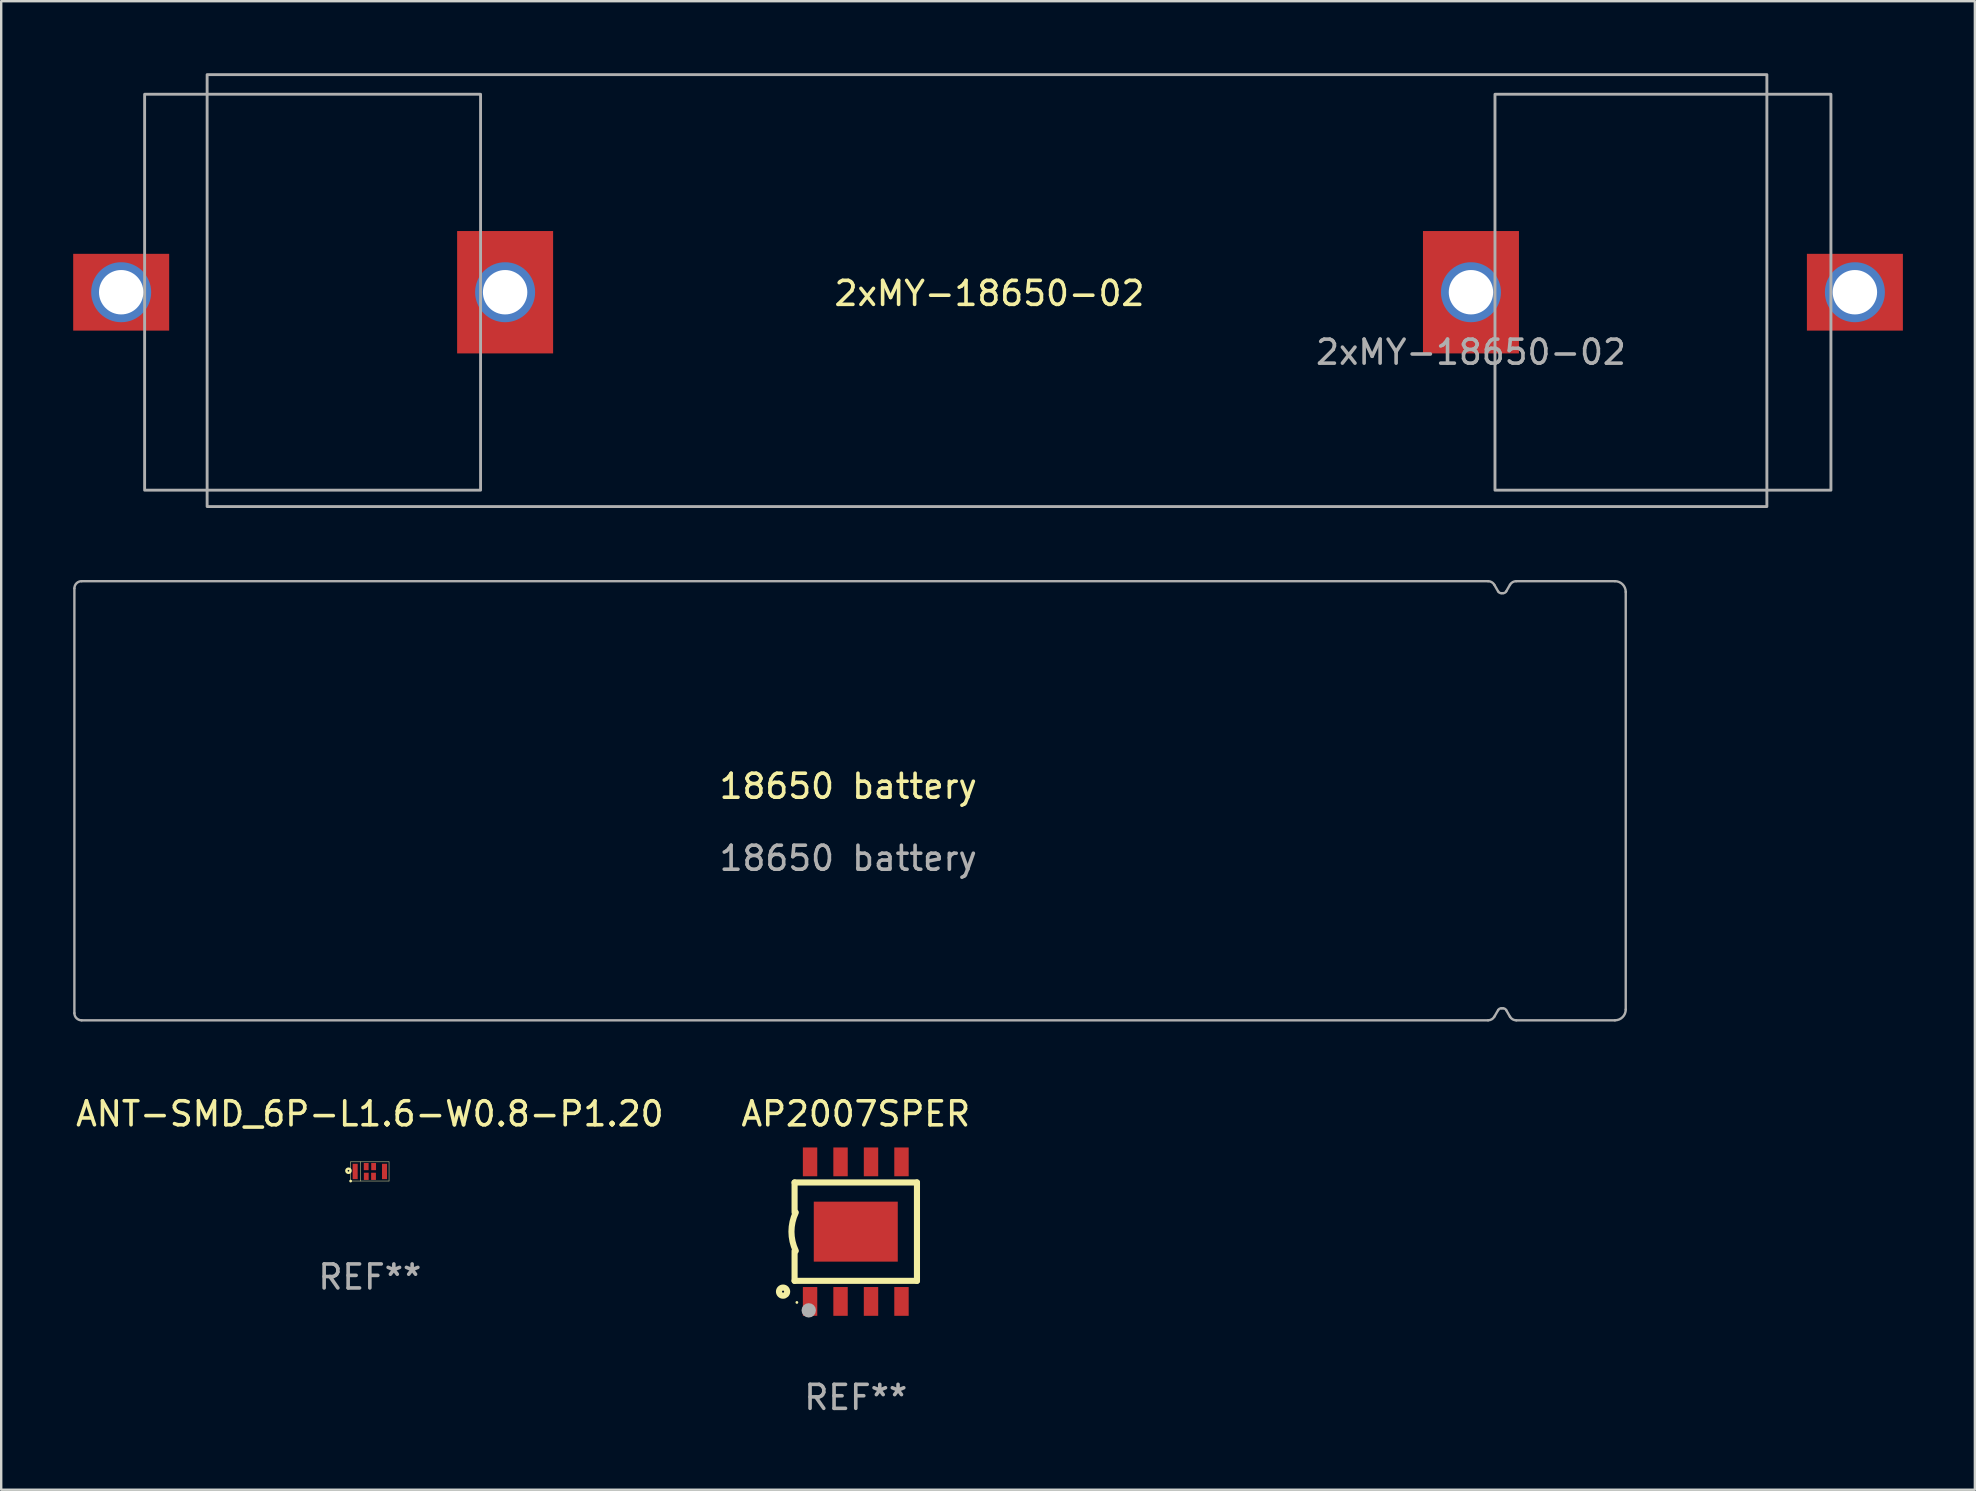
<source format=kicad_pcb>
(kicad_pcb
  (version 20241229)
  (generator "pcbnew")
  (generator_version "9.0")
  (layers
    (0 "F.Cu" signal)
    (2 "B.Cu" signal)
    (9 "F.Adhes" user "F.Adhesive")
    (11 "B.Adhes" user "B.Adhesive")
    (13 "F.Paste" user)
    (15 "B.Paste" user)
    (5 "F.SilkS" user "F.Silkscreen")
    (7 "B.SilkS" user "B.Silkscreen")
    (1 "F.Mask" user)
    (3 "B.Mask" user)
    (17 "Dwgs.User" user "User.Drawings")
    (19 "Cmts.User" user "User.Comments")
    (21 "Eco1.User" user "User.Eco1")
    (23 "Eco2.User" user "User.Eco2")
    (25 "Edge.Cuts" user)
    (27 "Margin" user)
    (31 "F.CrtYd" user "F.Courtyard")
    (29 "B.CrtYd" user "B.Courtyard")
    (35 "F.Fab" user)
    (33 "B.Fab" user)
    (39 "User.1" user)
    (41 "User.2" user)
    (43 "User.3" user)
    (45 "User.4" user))
  (footprint "2xMY-18650-02"
    (layer "F.Cu")
    (at 58.25 9.128)
    (property "Reference" "2xMY-18650-02" (at -20.066 0.051 0) (unlocked yes) (layer "F.SilkS") (effects (font (size 1 1) (thickness 0.15))))
    (attr smd)
    (fp_rect (start -58.153 -1.524) (end -57.264 1.499) (stroke (width 0.01) (type solid)) (fill yes) (layer "F.Paste"))
    (fp_rect (start -57.836 1.499) (end -54.813 0.991) (stroke (width 0.01) (type solid)) (fill yes) (layer "F.Paste"))
    (fp_rect (start -57.734 -0.991) (end -54.712 -1.524) (stroke (width 0.01) (type solid)) (fill yes) (layer "F.Paste"))
    (fp_rect (start -55.207 -1.524) (end -54.343 1.499) (stroke (width 0.01) (type solid)) (fill yes) (layer "F.Paste"))
    (fp_rect (start -42.139 -2.489) (end -38.354 -1.041) (stroke (width 0.01) (type solid)) (fill yes) (layer "F.Paste"))
    (fp_rect (start -42.139 -1.549) (end -41.25 1.473) (stroke (width 0.01) (type solid)) (fill yes) (layer "F.Paste"))
    (fp_rect (start -42.139 1.016) (end -38.354 2.438) (stroke (width 0.01) (type solid)) (fill yes) (layer "F.Paste"))
    (fp_rect (start -39.243 -1.587) (end -38.354 1.435) (stroke (width 0.01) (type solid)) (fill yes) (layer "F.Paste"))
    (fp_rect (start -1.016 1.562) (end -1.905 -1.46) (stroke (width 0.01) (type solid)) (fill yes) (layer "F.Paste"))
    (fp_rect (start 1.88 -1.041) (end -1.905 -2.464) (stroke (width 0.01) (type solid)) (fill yes) (layer "F.Paste"))
    (fp_rect (start 1.88 1.524) (end 0.991 -1.499) (stroke (width 0.01) (type solid)) (fill yes) (layer "F.Paste"))
    (fp_rect (start 1.88 2.464) (end -1.905 1.016) (stroke (width 0.01) (type solid)) (fill yes) (layer "F.Paste"))
    (fp_rect (start 14.961 1.524) (end 14.097 -1.499) (stroke (width 0.01) (type solid)) (fill yes) (layer "F.Paste"))
    (fp_rect (start 17.488 0.991) (end 14.465 1.524) (stroke (width 0.01) (type solid)) (fill yes) (layer "F.Paste"))
    (fp_rect (start 17.59 -1.499) (end 14.567 -0.991) (stroke (width 0.01) (type solid)) (fill yes) (layer "F.Paste"))
    (fp_rect (start 17.907 1.524) (end 17.018 -1.499) (stroke (width 0.01) (type solid)) (fill yes) (layer "F.Paste"))
    (fp_rect (start -52.668 -9.068) (end 12.332 8.932) (stroke (width 0.12) (type solid)) (fill no) (layer "F.Fab"))
    (fp_rect (start -41.273 -8.25) (end -55.273 8.25) (stroke (width 0.12) (type solid)) (fill no) (layer "F.Fab"))
    (fp_rect (start 1.001 -8.25) (end 15.001 8.25) (stroke (width 0.12) (type solid)) (fill no) (layer "F.Fab"))
    (fp_text user "${REFERENCE}" (at 0 2.5 0) (unlocked yes) (layer "F.Fab") (effects (font (size 1 1) (thickness 0.15))))
    (pad "1" thru_hole circle (at -56.25 0 180) (size 2.5 2.5) (drill 1.85) (layers "*.Cu" "B.Mask"))
    (pad "1" smd rect (at -56.25 0 180) (size 4 3.2) (layers "F.Cu" "F.Mask"))
    (pad "2" thru_hole circle (at -40.25 0 180) (size 2.5 2.5) (drill 1.85) (layers "*.Cu" "B.Mask"))
    (pad "2" smd rect (at -40.25 0 180) (size 4 5.1) (layers "F.Cu" "F.Mask"))
    (pad "3" thru_hole circle (at 0 0) (size 2.5 2.5) (drill 1.85) (layers "*.Cu" "B.Mask"))
    (pad "3" smd rect (at 0 0) (size 4 5.1) (layers "F.Cu" "F.Mask"))
    (pad "4" thru_hole circle (at 16 0) (size 2.5 2.5) (drill 1.85) (layers "*.Cu" "B.Mask"))
    (pad "4" smd rect (at 16 0) (size 4 3.2) (layers "F.Cu" "F.Mask")))
  (footprint "AP2007SPER"
    (layer "F.Cu")
    (at 32.613 48.277)
    (property "Reference" "AP2007SPER" (at 0 -4.908 0) (layer "F.SilkS") (effects (font (size 1 1) (thickness 0.15))))
    (attr through_hole)
    (fp_line (start -2.55 -2.05) (end 2.55 -2.05) (stroke (width 0.254) (type solid)) (layer "F.SilkS"))
    (fp_line (start -2.55 -0.8) (end -2.55 -2.05) (stroke (width 0.254) (type solid)) (layer "F.SilkS"))
    (fp_line (start -2.55 0.8) (end -2.55 2.05) (stroke (width 0.254) (type solid)) (layer "F.SilkS"))
    (fp_line (start 2.55 -2.05) (end 2.55 2.05) (stroke (width 0.254) (type solid)) (layer "F.SilkS"))
    (fp_line (start 2.55 2.05) (end -2.55 2.05) (stroke (width 0.254) (type solid)) (layer "F.SilkS"))
    (fp_arc (start -2.499873 0.800102) (mid -2.680296 0) (end -2.499873 -0.800102) (stroke (width 0.254001) (type solid)) (layer "F.SilkS"))
    (fp_circle (center -3.03 2.5) (end -2.86 2.5) (stroke (width 0.254) (type solid)) (fill no) (layer "F.SilkS"))
    (fp_circle (center -2.454 2.95) (end -2.424 2.95) (stroke (width 0.06) (type solid)) (fill no) (layer "F.SilkS"))
    (fp_circle (center -1.96 3.28) (end -1.81 3.28) (stroke (width 0.3) (type solid)) (fill no) (layer "F.Fab"))
    (fp_text user "REF**" (at 0 6.908 0) (layer "F.Fab") (effects (font (size 1 1) (thickness 0.15))))
    (pad "1" smd rect (at -1.905 2.908) (size 0.6 1.2) (layers "F.Cu" "F.Mask" "F.Paste"))
    (pad "2" smd rect (at -0.635 2.908) (size 0.6 1.2) (layers "F.Cu" "F.Mask" "F.Paste"))
    (pad "3" smd rect (at 0.635 2.908) (size 0.6 1.2) (layers "F.Cu" "F.Mask" "F.Paste"))
    (pad "4" smd rect (at 1.905 2.908) (size 0.6 1.2) (layers "F.Cu" "F.Mask" "F.Paste"))
    (pad "5" smd rect (at 1.905 -2.908) (size 0.6 1.2) (layers "F.Cu" "F.Mask" "F.Paste"))
    (pad "6" smd rect (at 0.635 -2.908) (size 0.6 1.2) (layers "F.Cu" "F.Mask" "F.Paste"))
    (pad "7" smd rect (at -0.635 -2.908) (size 0.6 1.2) (layers "F.Cu" "F.Mask" "F.Paste"))
    (pad "8" smd rect (at -1.905 -2.908) (size 0.6 1.2) (layers "F.Cu" "F.Mask" "F.Paste"))
    (pad "9" smd rect (at 0 0 180) (size 3.5 2.5) (layers "F.Cu" "F.Mask" "F.Paste")))
  (footprint "ANT-SMD_6P-L1.6-W0.8-P1.20"
    (layer "F.Cu")
    (at 12.363 45.768)
    (property "Reference" "ANT-SMD_6P-L1.6-W0.8-P1.20" (at 0 -2.4 0) (layer "F.SilkS") (effects (font (size 1 1) (thickness 0.15))))
    (attr through_hole)
    (fp_line (start -0.8 -0.4) (end 0.8 -0.4) (stroke (width 0.02) (type solid)) (layer "F.SilkS"))
    (fp_line (start -0.8 0.4) (end -0.8 -0.4) (stroke (width 0.02) (type solid)) (layer "F.SilkS"))
    (fp_line (start -0.4 0.4) (end -0.4 -0.4) (stroke (width 0.02) (type solid)) (layer "F.SilkS"))
    (fp_line (start 0.8 -0.4) (end 0.8 0.4) (stroke (width 0.02) (type solid)) (layer "F.SilkS"))
    (fp_line (start 0.8 0.4) (end -0.8 0.4) (stroke (width 0.02) (type solid)) (layer "F.SilkS"))
    (fp_circle (center -0.891 -0.029) (end -0.855 -0.029) (stroke (width 0.102) (type solid)) (fill no) (layer "F.SilkS"))
    (fp_circle (center -0.801 0.401) (end -0.771 0.401) (stroke (width 0.06) (type solid)) (fill no) (layer "F.SilkS"))
    (fp_text user "REF**" (at 0 4.4 0) (layer "F.Fab") (effects (font (size 1 1) (thickness 0.15))))
    (pad "1" smd rect (at -0.612 0.001 270) (size 0.64 0.21) (layers "F.Cu" "F.Mask" "F.Paste"))
    (pad "2" smd rect (at -0.152 -0.203 270) (size 0.3 0.2) (layers "F.Cu" "F.Mask" "F.Paste"))
    (pad "3" smd rect (at 0.157 -0.203 270) (size 0.3 0.2) (layers "F.Cu" "F.Mask" "F.Paste"))
    (pad "4" smd rect (at 0.611 0.001 270) (size 0.64 0.21) (layers "F.Cu" "F.Mask" "F.Paste"))
    (pad "5" smd rect (at 0.153 0.204 270) (size 0.3 0.2) (layers "F.Cu" "F.Mask" "F.Paste"))
    (pad "6" smd rect (at -0.149 0.204 270) (size 0.3 0.2) (layers "F.Cu" "F.Mask" "F.Paste")))
  (footprint "18650 battery"
    (layer "F.Cu")
    (at 32.299 30.218)
    (property "Reference" "18650 battery" (at 0 -0.5 0) (unlocked yes) (layer "F.SilkS") (effects (font (size 1 1) (thickness 0.15))))
    (attr exclude_from_pos_files)
    (fp_line (start -32.249 -8.748) (end -32.249 8.952) (stroke (width 0.1) (type solid)) (layer "F.Fab"))
    (fp_line (start -31.949 9.252) (end 26.665 9.252) (stroke (width 0.1) (type solid)) (layer "F.Fab"))
    (fp_line (start 26.665 -9.048) (end -31.949 -9.048) (stroke (width 0.1) (type solid)) (layer "F.Fab"))
    (fp_line (start 26.924 9.102) (end 27.083 8.827) (stroke (width 0.1) (type solid)) (layer "F.Fab"))
    (fp_line (start 27.083 -8.623) (end 26.924 -8.898) (stroke (width 0.1) (type solid)) (layer "F.Fab"))
    (fp_line (start 27.213 8.752) (end 27.289 8.752) (stroke (width 0.1) (type solid)) (layer "F.Fab"))
    (fp_line (start 27.289 -8.548) (end 27.213 -8.548) (stroke (width 0.1) (type solid)) (layer "F.Fab"))
    (fp_line (start 27.419 8.827) (end 27.578 9.102) (stroke (width 0.1) (type solid)) (layer "F.Fab"))
    (fp_line (start 27.578 -8.898) (end 27.419 -8.623) (stroke (width 0.1) (type solid)) (layer "F.Fab"))
    (fp_line (start 27.838 9.252) (end 31.951 9.252) (stroke (width 0.1) (type solid)) (layer "F.Fab"))
    (fp_line (start 31.951 -9.048) (end 27.838 -9.048) (stroke (width 0.1) (type solid)) (layer "F.Fab"))
    (fp_line (start 32.401 8.802) (end 32.401 -8.598) (stroke (width 0.1) (type solid)) (layer "F.Fab"))
    (fp_arc (start -32.2488 -8.7484) (mid -32.160932 -8.960532) (end -31.9488 -9.0484) (stroke (width 0.1) (type solid)) (layer "F.Fab"))
    (fp_arc (start -31.9488 9.2516) (mid -32.160932 9.163732) (end -32.2488 8.9516) (stroke (width 0.1) (type solid)) (layer "F.Fab"))
    (fp_arc (start 26.664597 -9.0484) (mid 26.814598 -9.008209) (end 26.924405 -8.8984) (stroke (width 0.1) (type solid)) (layer "F.Fab"))
    (fp_arc (start 26.924405 9.1016) (mid 26.814597 9.211407) (end 26.664597 9.2516) (stroke (width 0.1) (type solid)) (layer "F.Fab"))
    (fp_arc (start 27.083176 8.8266) (mid 27.138078 8.771689) (end 27.21308 8.7516) (stroke (width 0.1) (type solid)) (layer "F.Fab"))
    (fp_arc (start 27.21308 -8.5484) (mid 27.138087 -8.568504) (end 27.083176 -8.6234) (stroke (width 0.1) (type solid)) (layer "F.Fab"))
    (fp_arc (start 27.28932 8.7516) (mid 27.364313 8.771704) (end 27.419224 8.8266) (stroke (width 0.1) (type solid)) (layer "F.Fab"))
    (fp_arc (start 27.419224 -8.6234) (mid 27.364322 -8.568489) (end 27.28932 -8.5484) (stroke (width 0.1) (type solid)) (layer "F.Fab"))
    (fp_arc (start 27.577995 -8.8984) (mid 27.687803 -9.008207) (end 27.837803 -9.0484) (stroke (width 0.1) (type solid)) (layer "F.Fab"))
    (fp_arc (start 27.837803 9.2516) (mid 27.687802 9.211409) (end 27.577995 9.1016) (stroke (width 0.1) (type solid)) (layer "F.Fab"))
    (fp_arc (start 31.9512 -9.0484) (mid 32.269398 -8.916598) (end 32.4012 -8.5984) (stroke (width 0.1) (type solid)) (layer "F.Fab"))
    (fp_arc (start 32.4012 8.8016) (mid 32.269398 9.119798) (end 31.9512 9.2516) (stroke (width 0.1) (type solid)) (layer "F.Fab"))
    (fp_text user "${REFERENCE}" (at 0 2.5 0) (unlocked yes) (layer "F.Fab") (effects (font (size 1 1) (thickness 0.15)))))
  (gr_rect
    (start -3 -3)
    (end 79.25 59.033)
    (stroke (width 0.1) (type default))
    (fill no)
    (layer "Edge.Cuts")))
</source>
